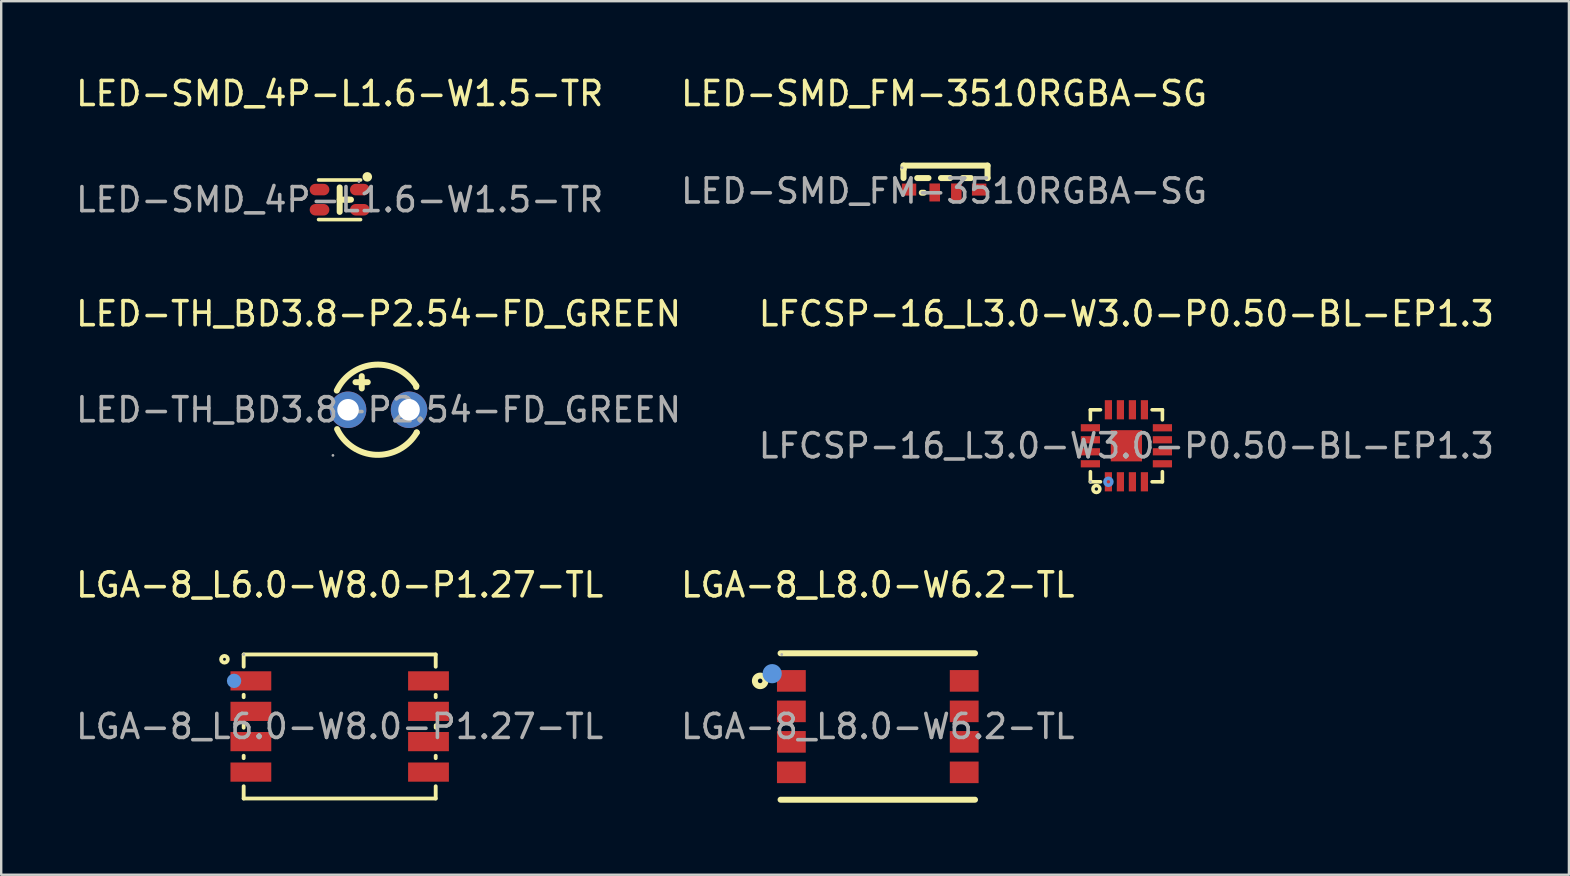
<source format=kicad_pcb>
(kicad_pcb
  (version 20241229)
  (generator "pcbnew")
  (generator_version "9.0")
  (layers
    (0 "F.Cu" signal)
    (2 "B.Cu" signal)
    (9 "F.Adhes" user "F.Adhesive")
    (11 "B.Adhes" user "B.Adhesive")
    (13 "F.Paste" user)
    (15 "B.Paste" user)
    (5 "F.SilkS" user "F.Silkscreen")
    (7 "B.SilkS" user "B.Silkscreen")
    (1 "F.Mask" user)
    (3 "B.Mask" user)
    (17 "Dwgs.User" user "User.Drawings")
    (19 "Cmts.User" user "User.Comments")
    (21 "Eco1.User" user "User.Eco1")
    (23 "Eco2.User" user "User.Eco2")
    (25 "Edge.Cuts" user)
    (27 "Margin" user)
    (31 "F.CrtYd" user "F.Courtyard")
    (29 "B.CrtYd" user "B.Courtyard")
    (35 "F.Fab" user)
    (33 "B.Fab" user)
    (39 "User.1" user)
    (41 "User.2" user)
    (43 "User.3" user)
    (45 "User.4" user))
  (footprint "LED-SMD_FM-3510RGBA-SG"
    (layer "F.Cu")
    (at 36.28 4.908)
    (property "Reference" "LED-SMD_FM-3510RGBA-SG" (at 0 -4.06 0) (layer "F.SilkS") (effects (font (size 1 1) (thickness 0.15))))
    (attr smd)
    (fp_line (start -1.69 -1.06) (end -1.69 -0.91) (stroke (width 0.25) (type solid)) (layer "F.SilkS"))
    (fp_line (start -1.69 -0.91) (end -1.69 -0.91) (stroke (width 0.25) (type solid)) (layer "F.SilkS"))
    (fp_line (start -1.69 -0.91) (end -1.69 -0.54) (stroke (width 0.25) (type solid)) (layer "F.SilkS"))
    (fp_line (start -0.84 0.07) (end -0.93 0.07) (stroke (width 0.25) (type solid)) (layer "F.SilkS"))
    (fp_line (start -0.65 -0.54) (end -1.12 -0.54) (stroke (width 0.25) (type solid)) (layer "F.SilkS"))
    (fp_line (start 0.25 -0.54) (end -0.13 -0.54) (stroke (width 0.25) (type solid)) (layer "F.SilkS"))
    (fp_line (start 1.12 -0.54) (end 0.77 -0.54) (stroke (width 0.25) (type solid)) (layer "F.SilkS"))
    (fp_line (start 1.81 -1.06) (end -1.69 -1.06) (stroke (width 0.25) (type solid)) (layer "F.SilkS"))
    (fp_line (start 1.81 -1.06) (end 1.81 -0.54) (stroke (width 0.25) (type solid)) (layer "F.SilkS"))
    (fp_line (start 1.81 -0.54) (end 1.8 -0.54) (stroke (width 0.25) (type solid)) (layer "F.SilkS"))
    (fp_circle (center -1.75 -0.97) (end -1.72 -0.97) (stroke (width 0.06) (type solid)) (fill no) (layer "F.Fab"))
    (fp_text user "${REFERENCE}" (at 0 0 0) (layer "F.Fab") (effects (font (size 1 1) (thickness 0.15))))
    (pad "1" smd rect (at -1.46 -0.06 180) (size 0.6 0.5) (layers "F.Cu" "F.Mask" "F.Paste"))
    (pad "2" smd rect (at -0.39 0.06 270) (size 0.75 0.44) (layers "F.Cu" "F.Mask" "F.Paste"))
    (pad "3" smd rect (at 0.51 0.06 270) (size 0.75 0.44) (layers "F.Cu" "F.Mask" "F.Paste"))
    (pad "4" smd rect (at 1.46 -0.06) (size 0.6 0.5) (layers "F.Cu" "F.Mask" "F.Paste")))
  (footprint "LGA-8_L8.0-W6.2-TL"
    (layer "F.Cu")
    (at 33.518 27.215)
    (property "Reference" "LGA-8_L8.0-W6.2-TL" (at 0 -5.9 0) (layer "F.SilkS") (effects (font (size 1 1) (thickness 0.15))))
    (attr smd)
    (fp_line (start -4.05 -3.05) (end 4.05 -3.05) (stroke (width 0.25) (type solid)) (layer "F.SilkS"))
    (fp_line (start -4.05 3.05) (end 4.05 3.05) (stroke (width 0.25) (type solid)) (layer "F.SilkS"))
    (fp_circle (center -4.9 -1.9) (end -4.68 -1.9) (stroke (width 0.25) (type solid)) (fill no) (layer "F.SilkS"))
    (fp_circle (center -4.4 -2.2) (end -4.2 -2.2) (stroke (width 0.4) (type solid)) (fill no) (layer "Cmts.User"))
    (fp_circle (center -4 -3) (end -3.97 -3) (stroke (width 0.06) (type solid)) (fill no) (layer "F.Fab"))
    (fp_text user "${REFERENCE}" (at 0 0 0) (layer "F.Fab") (effects (font (size 1 1) (thickness 0.15))))
    (pad "1" smd rect (at -3.6 -1.9 90) (size 0.9 1.2) (layers "F.Cu" "F.Mask" "F.Paste"))
    (pad "2" smd rect (at -3.6 -0.63 270) (size 0.9 1.2) (layers "F.Cu" "F.Mask" "F.Paste"))
    (pad "3" smd rect (at -3.6 0.64 270) (size 0.9 1.2) (layers "F.Cu" "F.Mask" "F.Paste"))
    (pad "4" smd rect (at -3.6 1.91 270) (size 0.9 1.2) (layers "F.Cu" "F.Mask" "F.Paste"))
    (pad "5" smd rect (at 3.6 1.91 270) (size 0.9 1.2) (layers "F.Cu" "F.Mask" "F.Paste"))
    (pad "6" smd rect (at 3.6 0.64 270) (size 0.9 1.2) (layers "F.Cu" "F.Mask" "F.Paste"))
    (pad "7" smd rect (at 3.6 -0.63 270) (size 0.9 1.2) (layers "F.Cu" "F.Mask" "F.Paste"))
    (pad "8" smd rect (at 3.6 -1.9 270) (size 0.9 1.2) (layers "F.Cu" "F.Mask" "F.Paste")))
  (footprint "LED-TH_BD3.8-P2.54-FD_GREEN"
    (layer "F.Cu")
    (at 12.72 14.021)
    (property "Reference" "LED-TH_BD3.8-P2.54-FD_GREEN" (at 0 -4 0) (layer "F.SilkS") (effects (font (size 1 1) (thickness 0.15))))
    (attr through_hole)
    (fp_line (start -0.96 -1.15) (end -0.45 -1.15) (stroke (width 0.25) (type solid)) (layer "F.SilkS"))
    (fp_line (start -0.7 -1.4) (end -0.7 -0.89) (stroke (width 0.25) (type solid)) (layer "F.SilkS"))
    (fp_line (start 1.57 -1) (end 1.57 -0.95) (stroke (width 0.25) (type solid)) (layer "F.SilkS"))
    (fp_line (start 1.59 0.95) (end 1.59 0.94) (stroke (width 0.25) (type solid)) (layer "F.SilkS"))
    (fp_arc (start -1.74 -0.8) (mid -0.140199 -1.87893) (end 1.57421 -0.993349) (stroke (width 0.25) (type solid)) (layer "F.SilkS"))
    (fp_arc (start 1.59 0.95) (mid -0.112022 1.876212) (end -1.726723 0.805003) (stroke (width 0.25) (type solid)) (layer "F.SilkS"))
    (fp_circle (center -1.9 1.9) (end -1.87 1.9) (stroke (width 0.06) (type solid)) (fill no) (layer "F.Fab"))
    (fp_text user "${REFERENCE}" (at 0 0 0) (layer "F.Fab") (effects (font (size 1 1) (thickness 0.15))))
    (pad "1" thru_hole circle (at -1.27 0) (size 1.52 1.52) (drill 0.9) (layers "*.Cu" "*.Mask"))
    (pad "2" thru_hole circle (at 1.27 0) (size 1.52 1.52) (drill 0.9) (layers "*.Cu" "*.Mask")))
  (footprint "LFCSP-16_L3.0-W3.0-P0.50-BL-EP1.3"
    (layer "F.Cu")
    (at 43.875 15.521)
    (property "Reference" "LFCSP-16_L3.0-W3.0-P0.50-BL-EP1.3" (at 0 -5.5 0) (layer "F.SilkS") (effects (font (size 1 1) (thickness 0.15))))
    (attr smd)
    (fp_line (start -1.5 -1.5) (end -1.08 -1.5) (stroke (width 0.15) (type solid)) (layer "F.SilkS"))
    (fp_line (start -1.5 -1.08) (end -1.5 -1.5) (stroke (width 0.15) (type solid)) (layer "F.SilkS"))
    (fp_line (start -1.5 1.5) (end -1.5 1.08) (stroke (width 0.15) (type solid)) (layer "F.SilkS"))
    (fp_line (start -1.5 1.5) (end -1.08 1.5) (stroke (width 0.15) (type solid)) (layer "F.SilkS"))
    (fp_line (start 1.07 -1.5) (end 1.5 -1.5) (stroke (width 0.15) (type solid)) (layer "F.SilkS"))
    (fp_line (start 1.07 1.5) (end 1.5 1.5) (stroke (width 0.15) (type solid)) (layer "F.SilkS"))
    (fp_line (start 1.5 -1.08) (end 1.5 -1.5) (stroke (width 0.15) (type solid)) (layer "F.SilkS"))
    (fp_line (start 1.5 1.5) (end 1.5 1.08) (stroke (width 0.15) (type solid)) (layer "F.SilkS"))
    (fp_circle (center -1.25 1.8) (end -1.18 1.8) (stroke (width 0.15) (type solid)) (fill no) (layer "F.SilkS"))
    (fp_circle (center -0.75 1.5) (end -0.68 1.5) (stroke (width 0.15) (type solid)) (fill no) (layer "Cmts.User"))
    (fp_circle (center -1.5 1.5) (end -1.47 1.5) (stroke (width 0.06) (type solid)) (fill no) (layer "F.Fab"))
    (fp_text user "${REFERENCE}" (at 0 0 0) (layer "F.Fab") (effects (font (size 1 1) (thickness 0.15))))
    (pad "1" smd rect (at -0.75 1.5 180) (size 0.3 0.8) (layers "F.Cu" "F.Mask" "F.Paste"))
    (pad "2" smd rect (at -0.25 1.5 180) (size 0.3 0.8) (layers "F.Cu" "F.Mask" "F.Paste"))
    (pad "3" smd rect (at 0.25 1.5 180) (size 0.3 0.8) (layers "F.Cu" "F.Mask" "F.Paste"))
    (pad "4" smd rect (at 0.75 1.5 180) (size 0.3 0.8) (layers "F.Cu" "F.Mask" "F.Paste"))
    (pad "5" smd rect (at 1.5 0.75 90) (size 0.3 0.8) (layers "F.Cu" "F.Mask" "F.Paste"))
    (pad "6" smd rect (at 1.5 0.25 90) (size 0.3 0.8) (layers "F.Cu" "F.Mask" "F.Paste"))
    (pad "7" smd rect (at 1.5 -0.25 90) (size 0.3 0.8) (layers "F.Cu" "F.Mask" "F.Paste"))
    (pad "8" smd rect (at 1.5 -0.75 90) (size 0.3 0.8) (layers "F.Cu" "F.Mask" "F.Paste"))
    (pad "9" smd rect (at 0.75 -1.5 180) (size 0.3 0.8) (layers "F.Cu" "F.Mask" "F.Paste"))
    (pad "10" smd rect (at 0.25 -1.5 180) (size 0.3 0.8) (layers "F.Cu" "F.Mask" "F.Paste"))
    (pad "11" smd rect (at -0.25 -1.5 180) (size 0.3 0.8) (layers "F.Cu" "F.Mask" "F.Paste"))
    (pad "12" smd rect (at -0.75 -1.5 180) (size 0.3 0.8) (layers "F.Cu" "F.Mask" "F.Paste"))
    (pad "13" smd rect (at -1.5 -0.75 90) (size 0.3 0.8) (layers "F.Cu" "F.Mask" "F.Paste"))
    (pad "14" smd rect (at -1.5 -0.25 90) (size 0.3 0.8) (layers "F.Cu" "F.Mask" "F.Paste"))
    (pad "15" smd rect (at -1.5 0.25 90) (size 0.3 0.8) (layers "F.Cu" "F.Mask" "F.Paste"))
    (pad "16" smd rect (at -1.5 0.75 90) (size 0.3 0.8) (layers "F.Cu" "F.Mask" "F.Paste"))
    (pad "17" smd rect (at 0 0 180) (size 1.3 1.3) (layers "F.Cu" "F.Mask" "F.Paste")))
  (footprint "LED-SMD_4P-L1.6-W1.5-TR"
    (layer "F.Cu")
    (at 11.101 5.268)
    (property "Reference" "LED-SMD_4P-L1.6-W1.5-TR" (at 0 -4.42 0) (layer "F.SilkS") (effects (font (size 1 1) (thickness 0.15))))
    (attr smd)
    (fp_line (start 0 -0.51) (end 0 0.51) (stroke (width 0.25) (type solid)) (layer "F.SilkS"))
    (fp_line (start 0.22 0) (end 0.47 0) (stroke (width 0.25) (type solid)) (layer "F.SilkS"))
    (fp_line (start 0.38 0) (end 0 0) (stroke (width 0.25) (type solid)) (layer "F.SilkS"))
    (fp_line (start 0.87 -0.82) (end -0.88 -0.82) (stroke (width 0.15) (type solid)) (layer "F.SilkS"))
    (fp_line (start 0.87 0.83) (end -0.88 0.83) (stroke (width 0.15) (type solid)) (layer "F.SilkS"))
    (fp_circle (center 1.15 -0.95) (end 1.25 -0.95) (stroke (width 0.2) (type solid)) (fill no) (layer "F.SilkS"))
    (fp_circle (center 0.8 -0.75) (end 0.83 -0.75) (stroke (width 0.06) (type solid)) (fill no) (layer "F.Fab"))
    (fp_text user "${REFERENCE}" (at 0 0 0) (layer "F.Fab") (effects (font (size 1 1) (thickness 0.15))))
    (pad "1" smd oval (at 0.84 -0.42 90) (size 0.48 0.82) (layers "F.Cu" "F.Mask" "F.Paste"))
    (pad "2" smd oval (at -0.84 -0.42 90) (size 0.48 0.82) (layers "F.Cu" "F.Mask" "F.Paste"))
    (pad "3" smd oval (at -0.84 0.42 90) (size 0.48 0.82) (layers "F.Cu" "F.Mask" "F.Paste"))
    (pad "4" smd oval (at 0.84 0.42 90) (size 0.48 0.82) (layers "F.Cu" "F.Mask" "F.Paste")))
  (footprint "LGA-8_L6.0-W8.0-P1.27-TL"
    (layer "F.Cu")
    (at 11.101 27.215)
    (property "Reference" "LGA-8_L6.0-W8.0-P1.27-TL" (at 0 -5.9 0) (layer "F.SilkS") (effects (font (size 1 1) (thickness 0.15))))
    (attr smd)
    (fp_line (start -4 -3) (end -4 -2.49) (stroke (width 0.16) (type solid)) (layer "F.SilkS"))
    (fp_line (start -4 -3) (end 4 -3) (stroke (width 0.16) (type solid)) (layer "F.SilkS"))
    (fp_line (start -4 -1.32) (end -4 -1.22) (stroke (width 0.16) (type solid)) (layer "F.SilkS"))
    (fp_line (start -4 -0.05) (end -4 0.05) (stroke (width 0.16) (type solid)) (layer "F.SilkS"))
    (fp_line (start -4 1.22) (end -4 1.32) (stroke (width 0.16) (type solid)) (layer "F.SilkS"))
    (fp_line (start -4 2.49) (end -4 3) (stroke (width 0.16) (type solid)) (layer "F.SilkS"))
    (fp_line (start -4 3) (end 4 3) (stroke (width 0.16) (type solid)) (layer "F.SilkS"))
    (fp_line (start 4 -3) (end 4 -2.49) (stroke (width 0.16) (type solid)) (layer "F.SilkS"))
    (fp_line (start 4 -1.32) (end 4 -1.22) (stroke (width 0.16) (type solid)) (layer "F.SilkS"))
    (fp_line (start 4 -0.05) (end 4 0.05) (stroke (width 0.16) (type solid)) (layer "F.SilkS"))
    (fp_line (start 4 1.22) (end 4 1.32) (stroke (width 0.16) (type solid)) (layer "F.SilkS"))
    (fp_line (start 4 2.49) (end 4 3) (stroke (width 0.16) (type solid)) (layer "F.SilkS"))
    (fp_circle (center -4.8 -2.8) (end -4.66 -2.8) (stroke (width 0.16) (type solid)) (fill no) (layer "F.SilkS"))
    (fp_circle (center -4.4 -1.9) (end -4.25 -1.9) (stroke (width 0.3) (type solid)) (fill no) (layer "Cmts.User"))
    (fp_circle (center -4 -3) (end -3.97 -3) (stroke (width 0.06) (type solid)) (fill no) (layer "F.Fab"))
    (fp_text user "${REFERENCE}" (at 0 0 0) (layer "F.Fab") (effects (font (size 1 1) (thickness 0.15))))
    (pad "1" smd rect (at -3.7 -1.9) (size 1.7 0.8) (layers "F.Cu" "F.Mask" "F.Paste"))
    (pad "2" smd rect (at -3.7 -0.63) (size 1.7 0.8) (layers "F.Cu" "F.Mask" "F.Paste"))
    (pad "3" smd rect (at -3.7 0.63) (size 1.7 0.8) (layers "F.Cu" "F.Mask" "F.Paste"))
    (pad "4" smd rect (at -3.7 1.9) (size 1.7 0.8) (layers "F.Cu" "F.Mask" "F.Paste"))
    (pad "5" smd rect (at 3.7 1.9) (size 1.7 0.8) (layers "F.Cu" "F.Mask" "F.Paste"))
    (pad "6" smd rect (at 3.7 0.63) (size 1.7 0.8) (layers "F.Cu" "F.Mask" "F.Paste"))
    (pad "7" smd rect (at 3.7 -0.63) (size 1.7 0.8) (layers "F.Cu" "F.Mask" "F.Paste"))
    (pad "8" smd rect (at 3.7 -1.9) (size 1.7 0.8) (layers "F.Cu" "F.Mask" "F.Paste")))
  (gr_rect
    (start -3 -3)
    (end 62.31 33.39)
    (stroke (width 0.1) (type default))
    (fill no)
    (layer "Edge.Cuts")))
</source>
